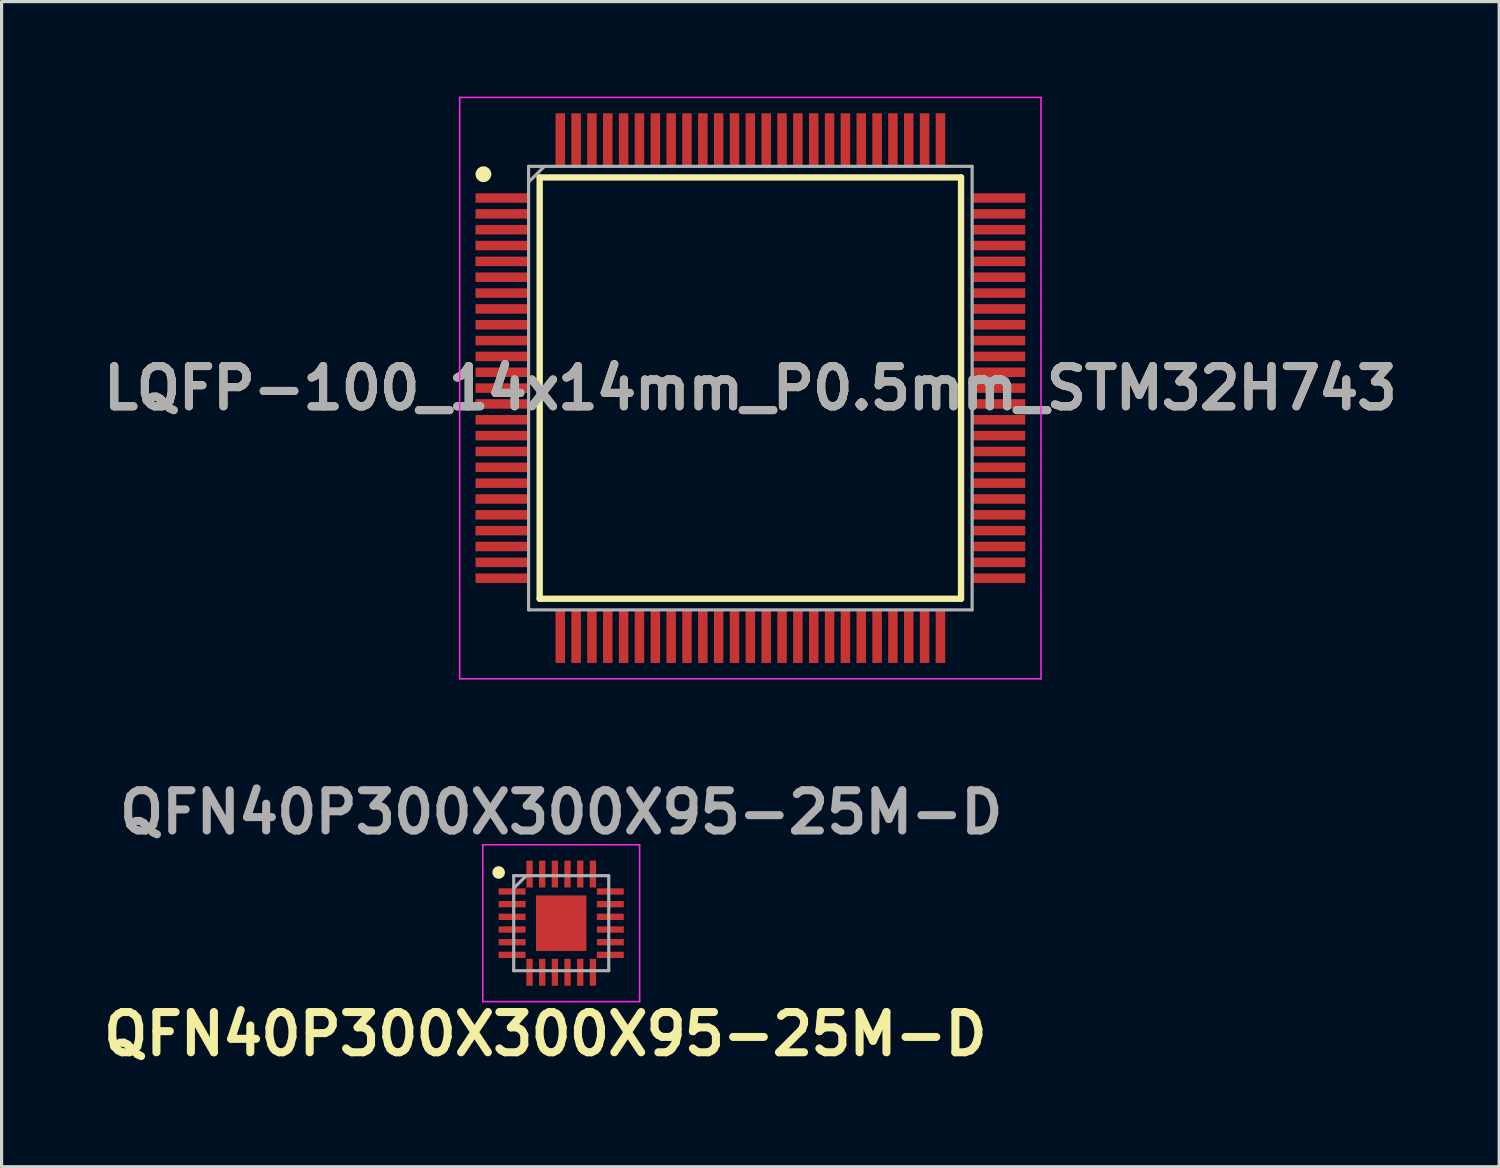
<source format=kicad_pcb>
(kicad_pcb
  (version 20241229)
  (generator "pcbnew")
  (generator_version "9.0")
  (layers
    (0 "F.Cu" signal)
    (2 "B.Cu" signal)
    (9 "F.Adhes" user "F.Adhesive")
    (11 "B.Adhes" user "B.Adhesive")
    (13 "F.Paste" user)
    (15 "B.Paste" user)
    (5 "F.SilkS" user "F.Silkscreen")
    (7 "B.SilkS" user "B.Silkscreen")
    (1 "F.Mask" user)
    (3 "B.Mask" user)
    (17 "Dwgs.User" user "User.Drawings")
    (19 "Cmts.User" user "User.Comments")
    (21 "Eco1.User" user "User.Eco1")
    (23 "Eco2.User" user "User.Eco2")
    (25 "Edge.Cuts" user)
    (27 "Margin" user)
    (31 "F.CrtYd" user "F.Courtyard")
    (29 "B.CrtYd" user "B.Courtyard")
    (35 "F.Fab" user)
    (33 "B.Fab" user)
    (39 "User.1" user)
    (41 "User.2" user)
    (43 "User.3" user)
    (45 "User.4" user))
  (footprint "QFN40P300X300X95-25M-D"
    (layer "F.Cu")
    (at 14.664 26.089)
    (property "Reference" "QFN40P300X300X95-25M-D" (at -0.5 3.5 0) (layer "F.SilkS") (effects (font (size 1.27 1.27) (thickness 0.254))))
    (attr smd)
    (fp_circle (center -1.975 -1.6) (end -1.975 -1.5) (stroke (width 0.2) (type solid)) (fill no) (layer "F.SilkS"))
    (fp_line (start -2.475 -2.475) (end 2.475 -2.475) (stroke (width 0.05) (type solid)) (layer "F.CrtYd"))
    (fp_line (start -2.475 2.475) (end -2.475 -2.475) (stroke (width 0.05) (type solid)) (layer "F.CrtYd"))
    (fp_line (start 2.475 -2.475) (end 2.475 2.475) (stroke (width 0.05) (type solid)) (layer "F.CrtYd"))
    (fp_line (start 2.475 2.475) (end -2.475 2.475) (stroke (width 0.05) (type solid)) (layer "F.CrtYd"))
    (fp_line (start -1.5 -1.5) (end 1.5 -1.5) (stroke (width 0.1) (type solid)) (layer "F.Fab"))
    (fp_line (start -1.5 -1.1) (end -1.1 -1.5) (stroke (width 0.1) (type solid)) (layer "F.Fab"))
    (fp_line (start -1.5 1.5) (end -1.5 -1.5) (stroke (width 0.1) (type solid)) (layer "F.Fab"))
    (fp_line (start 1.5 -1.5) (end 1.5 1.5) (stroke (width 0.1) (type solid)) (layer "F.Fab"))
    (fp_line (start 1.5 1.5) (end -1.5 1.5) (stroke (width 0.1) (type solid)) (layer "F.Fab"))
    (fp_text user "${REFERENCE}" (at 0 -3.5 0) (layer "F.Fab") (effects (font (size 1.27 1.27) (thickness 0.254))))
    (pad "1" smd rect (at -1.55 -1 90) (size 0.2 0.85) (layers "F.Cu" "F.Mask" "F.Paste"))
    (pad "2" smd rect (at -1.55 -0.6 90) (size 0.2 0.85) (layers "F.Cu" "F.Mask" "F.Paste"))
    (pad "3" smd rect (at -1.55 -0.2 90) (size 0.2 0.85) (layers "F.Cu" "F.Mask" "F.Paste"))
    (pad "4" smd rect (at -1.55 0.2 90) (size 0.2 0.85) (layers "F.Cu" "F.Mask" "F.Paste"))
    (pad "5" smd rect (at -1.55 0.6 90) (size 0.2 0.85) (layers "F.Cu" "F.Mask" "F.Paste"))
    (pad "6" smd rect (at -1.55 1 90) (size 0.2 0.85) (layers "F.Cu" "F.Mask" "F.Paste"))
    (pad "7" smd rect (at -1 1.55) (size 0.2 0.85) (layers "F.Cu" "F.Mask" "F.Paste"))
    (pad "8" smd rect (at -0.6 1.55) (size 0.2 0.85) (layers "F.Cu" "F.Mask" "F.Paste"))
    (pad "9" smd rect (at -0.2 1.55) (size 0.2 0.85) (layers "F.Cu" "F.Mask" "F.Paste"))
    (pad "10" smd rect (at 0.2 1.55) (size 0.2 0.85) (layers "F.Cu" "F.Mask" "F.Paste"))
    (pad "11" smd rect (at 0.6 1.55) (size 0.2 0.85) (layers "F.Cu" "F.Mask" "F.Paste"))
    (pad "12" smd rect (at 1 1.55) (size 0.2 0.85) (layers "F.Cu" "F.Mask" "F.Paste"))
    (pad "13" smd rect (at 1.55 1 90) (size 0.2 0.85) (layers "F.Cu" "F.Mask" "F.Paste"))
    (pad "14" smd rect (at 1.55 0.6 90) (size 0.2 0.85) (layers "F.Cu" "F.Mask" "F.Paste"))
    (pad "15" smd rect (at 1.55 0.2 90) (size 0.2 0.85) (layers "F.Cu" "F.Mask" "F.Paste"))
    (pad "16" smd rect (at 1.55 -0.2 90) (size 0.2 0.85) (layers "F.Cu" "F.Mask" "F.Paste"))
    (pad "17" smd rect (at 1.55 -0.6 90) (size 0.2 0.85) (layers "F.Cu" "F.Mask" "F.Paste"))
    (pad "18" smd rect (at 1.55 -1 90) (size 0.2 0.85) (layers "F.Cu" "F.Mask" "F.Paste"))
    (pad "19" smd rect (at 1 -1.55) (size 0.2 0.85) (layers "F.Cu" "F.Mask" "F.Paste"))
    (pad "20" smd rect (at 0.6 -1.55) (size 0.2 0.85) (layers "F.Cu" "F.Mask" "F.Paste"))
    (pad "21" smd rect (at 0.2 -1.55) (size 0.2 0.85) (layers "F.Cu" "F.Mask" "F.Paste"))
    (pad "22" smd rect (at -0.2 -1.55) (size 0.2 0.85) (layers "F.Cu" "F.Mask" "F.Paste"))
    (pad "23" smd rect (at -0.6 -1.55) (size 0.2 0.85) (layers "F.Cu" "F.Mask" "F.Paste"))
    (pad "24" smd rect (at -1 -1.55) (size 0.2 0.85) (layers "F.Cu" "F.Mask" "F.Paste"))
    (pad "25" smd rect (at 0 0) (size 1.59 1.75) (layers "F.Cu" "F.Mask" "F.Paste")))
  (footprint "LQFP-100_14x14mm_P0.5mm_STM32H743"
    (layer "F.Cu")
    (at 20.634 9.2)
    (property "Reference" "LQFP-100_14x14mm_P0.5mm_STM32H743" (at 0 0 0) (layer "F.SilkS") (effects (font (size 1.27 1.27) (thickness 0.254))))
    (attr smd)
    (fp_line (start -6.65 -6.65) (end 6.65 -6.65) (stroke (width 0.2) (type solid)) (layer "F.SilkS"))
    (fp_line (start -6.65 6.65) (end -6.65 -6.65) (stroke (width 0.2) (type solid)) (layer "F.SilkS"))
    (fp_line (start 6.65 -6.65) (end 6.65 6.65) (stroke (width 0.2) (type solid)) (layer "F.SilkS"))
    (fp_line (start 6.65 6.65) (end -6.65 6.65) (stroke (width 0.2) (type solid)) (layer "F.SilkS"))
    (fp_circle (center -8.425 -6.75) (end -8.425 -6.625) (stroke (width 0.25) (type solid)) (fill no) (layer "F.SilkS"))
    (fp_line (start -9.175 -9.175) (end 9.175 -9.175) (stroke (width 0.05) (type solid)) (layer "F.CrtYd"))
    (fp_line (start -9.175 9.175) (end -9.175 -9.175) (stroke (width 0.05) (type solid)) (layer "F.CrtYd"))
    (fp_line (start 9.175 -9.175) (end 9.175 9.175) (stroke (width 0.05) (type solid)) (layer "F.CrtYd"))
    (fp_line (start 9.175 9.175) (end -9.175 9.175) (stroke (width 0.05) (type solid)) (layer "F.CrtYd"))
    (fp_line (start -7 -7) (end 7 -7) (stroke (width 0.1) (type solid)) (layer "F.Fab"))
    (fp_line (start -7 -6.5) (end -6.5 -7) (stroke (width 0.1) (type solid)) (layer "F.Fab"))
    (fp_line (start -7 7) (end -7 -7) (stroke (width 0.1) (type solid)) (layer "F.Fab"))
    (fp_line (start 7 -7) (end 7 7) (stroke (width 0.1) (type solid)) (layer "F.Fab"))
    (fp_line (start 7 7) (end -7 7) (stroke (width 0.1) (type solid)) (layer "F.Fab"))
    (fp_text user "${REFERENCE}" (at 0 0 0) (layer "F.Fab") (effects (font (size 1.27 1.27) (thickness 0.254))))
    (pad "1" smd rect (at -7.838 -6 90) (size 0.3 1.675) (layers "F.Cu" "F.Mask" "F.Paste"))
    (pad "2" smd rect (at -7.838 -5.5 90) (size 0.3 1.675) (layers "F.Cu" "F.Mask" "F.Paste"))
    (pad "3" smd rect (at -7.838 -5 90) (size 0.3 1.675) (layers "F.Cu" "F.Mask" "F.Paste"))
    (pad "4" smd rect (at -7.838 -4.5 90) (size 0.3 1.675) (layers "F.Cu" "F.Mask" "F.Paste"))
    (pad "5" smd rect (at -7.838 -4 90) (size 0.3 1.675) (layers "F.Cu" "F.Mask" "F.Paste"))
    (pad "6" smd rect (at -7.838 -3.5 90) (size 0.3 1.675) (layers "F.Cu" "F.Mask" "F.Paste"))
    (pad "7" smd rect (at -7.838 -3 90) (size 0.3 1.675) (layers "F.Cu" "F.Mask" "F.Paste"))
    (pad "8" smd rect (at -7.838 -2.5 90) (size 0.3 1.675) (layers "F.Cu" "F.Mask" "F.Paste"))
    (pad "9" smd rect (at -7.838 -2 90) (size 0.3 1.675) (layers "F.Cu" "F.Mask" "F.Paste"))
    (pad "10" smd rect (at -7.838 -1.5 90) (size 0.3 1.675) (layers "F.Cu" "F.Mask" "F.Paste"))
    (pad "11" smd rect (at -7.838 -1 90) (size 0.3 1.675) (layers "F.Cu" "F.Mask" "F.Paste"))
    (pad "12" smd rect (at -7.838 -0.5 90) (size 0.3 1.675) (layers "F.Cu" "F.Mask" "F.Paste"))
    (pad "13" smd rect (at -7.838 0 90) (size 0.3 1.675) (layers "F.Cu" "F.Mask" "F.Paste"))
    (pad "14" smd rect (at -7.838 0.5 90) (size 0.3 1.675) (layers "F.Cu" "F.Mask" "F.Paste"))
    (pad "15" smd rect (at -7.838 1 90) (size 0.3 1.675) (layers "F.Cu" "F.Mask" "F.Paste"))
    (pad "16" smd rect (at -7.838 1.5 90) (size 0.3 1.675) (layers "F.Cu" "F.Mask" "F.Paste"))
    (pad "17" smd rect (at -7.838 2 90) (size 0.3 1.675) (layers "F.Cu" "F.Mask" "F.Paste"))
    (pad "18" smd rect (at -7.838 2.5 90) (size 0.3 1.675) (layers "F.Cu" "F.Mask" "F.Paste"))
    (pad "19" smd rect (at -7.838 3 90) (size 0.3 1.675) (layers "F.Cu" "F.Mask" "F.Paste"))
    (pad "20" smd rect (at -7.838 3.5 90) (size 0.3 1.675) (layers "F.Cu" "F.Mask" "F.Paste"))
    (pad "21" smd rect (at -7.838 4 90) (size 0.3 1.675) (layers "F.Cu" "F.Mask" "F.Paste"))
    (pad "22" smd rect (at -7.838 4.5 90) (size 0.3 1.675) (layers "F.Cu" "F.Mask" "F.Paste"))
    (pad "23" smd rect (at -7.838 5 90) (size 0.3 1.675) (layers "F.Cu" "F.Mask" "F.Paste"))
    (pad "24" smd rect (at -7.838 5.5 90) (size 0.3 1.675) (layers "F.Cu" "F.Mask" "F.Paste"))
    (pad "25" smd rect (at -7.838 6 90) (size 0.3 1.675) (layers "F.Cu" "F.Mask" "F.Paste"))
    (pad "26" smd rect (at -6 7.838) (size 0.3 1.675) (layers "F.Cu" "F.Mask" "F.Paste"))
    (pad "27" smd rect (at -5.5 7.838) (size 0.3 1.675) (layers "F.Cu" "F.Mask" "F.Paste"))
    (pad "28" smd rect (at -5 7.838) (size 0.3 1.675) (layers "F.Cu" "F.Mask" "F.Paste"))
    (pad "29" smd rect (at -4.5 7.838) (size 0.3 1.675) (layers "F.Cu" "F.Mask" "F.Paste"))
    (pad "30" smd rect (at -4 7.838) (size 0.3 1.675) (layers "F.Cu" "F.Mask" "F.Paste"))
    (pad "31" smd rect (at -3.5 7.838) (size 0.3 1.675) (layers "F.Cu" "F.Mask" "F.Paste"))
    (pad "32" smd rect (at -3 7.838) (size 0.3 1.675) (layers "F.Cu" "F.Mask" "F.Paste"))
    (pad "33" smd rect (at -2.5 7.838) (size 0.3 1.675) (layers "F.Cu" "F.Mask" "F.Paste"))
    (pad "34" smd rect (at -2 7.838) (size 0.3 1.675) (layers "F.Cu" "F.Mask" "F.Paste"))
    (pad "35" smd rect (at -1.5 7.838) (size 0.3 1.675) (layers "F.Cu" "F.Mask" "F.Paste"))
    (pad "36" smd rect (at -1 7.838) (size 0.3 1.675) (layers "F.Cu" "F.Mask" "F.Paste"))
    (pad "37" smd rect (at -0.5 7.838) (size 0.3 1.675) (layers "F.Cu" "F.Mask" "F.Paste"))
    (pad "38" smd rect (at 0 7.838) (size 0.3 1.675) (layers "F.Cu" "F.Mask" "F.Paste"))
    (pad "39" smd rect (at 0.5 7.838) (size 0.3 1.675) (layers "F.Cu" "F.Mask" "F.Paste"))
    (pad "40" smd rect (at 1 7.838) (size 0.3 1.675) (layers "F.Cu" "F.Mask" "F.Paste"))
    (pad "41" smd rect (at 1.5 7.838) (size 0.3 1.675) (layers "F.Cu" "F.Mask" "F.Paste"))
    (pad "42" smd rect (at 2 7.838) (size 0.3 1.675) (layers "F.Cu" "F.Mask" "F.Paste"))
    (pad "43" smd rect (at 2.5 7.838) (size 0.3 1.675) (layers "F.Cu" "F.Mask" "F.Paste"))
    (pad "44" smd rect (at 3 7.838) (size 0.3 1.675) (layers "F.Cu" "F.Mask" "F.Paste"))
    (pad "45" smd rect (at 3.5 7.838) (size 0.3 1.675) (layers "F.Cu" "F.Mask" "F.Paste"))
    (pad "46" smd rect (at 4 7.838) (size 0.3 1.675) (layers "F.Cu" "F.Mask" "F.Paste"))
    (pad "47" smd rect (at 4.5 7.838) (size 0.3 1.675) (layers "F.Cu" "F.Mask" "F.Paste"))
    (pad "48" smd rect (at 5 7.838) (size 0.3 1.675) (layers "F.Cu" "F.Mask" "F.Paste"))
    (pad "49" smd rect (at 5.5 7.838) (size 0.3 1.675) (layers "F.Cu" "F.Mask" "F.Paste"))
    (pad "50" smd rect (at 6 7.838) (size 0.3 1.675) (layers "F.Cu" "F.Mask" "F.Paste"))
    (pad "51" smd rect (at 7.838 6 90) (size 0.3 1.675) (layers "F.Cu" "F.Mask" "F.Paste"))
    (pad "52" smd rect (at 7.838 5.5 90) (size 0.3 1.675) (layers "F.Cu" "F.Mask" "F.Paste"))
    (pad "53" smd rect (at 7.838 5 90) (size 0.3 1.675) (layers "F.Cu" "F.Mask" "F.Paste"))
    (pad "54" smd rect (at 7.838 4.5 90) (size 0.3 1.675) (layers "F.Cu" "F.Mask" "F.Paste"))
    (pad "55" smd rect (at 7.838 4 90) (size 0.3 1.675) (layers "F.Cu" "F.Mask" "F.Paste"))
    (pad "56" smd rect (at 7.838 3.5 90) (size 0.3 1.675) (layers "F.Cu" "F.Mask" "F.Paste"))
    (pad "57" smd rect (at 7.838 3 90) (size 0.3 1.675) (layers "F.Cu" "F.Mask" "F.Paste"))
    (pad "58" smd rect (at 7.838 2.5 90) (size 0.3 1.675) (layers "F.Cu" "F.Mask" "F.Paste"))
    (pad "59" smd rect (at 7.838 2 90) (size 0.3 1.675) (layers "F.Cu" "F.Mask" "F.Paste"))
    (pad "60" smd rect (at 7.838 1.5 90) (size 0.3 1.675) (layers "F.Cu" "F.Mask" "F.Paste"))
    (pad "61" smd rect (at 7.838 1 90) (size 0.3 1.675) (layers "F.Cu" "F.Mask" "F.Paste"))
    (pad "62" smd rect (at 7.838 0.5 90) (size 0.3 1.675) (layers "F.Cu" "F.Mask" "F.Paste"))
    (pad "63" smd rect (at 7.838 0 90) (size 0.3 1.675) (layers "F.Cu" "F.Mask" "F.Paste"))
    (pad "64" smd rect (at 7.838 -0.5 90) (size 0.3 1.675) (layers "F.Cu" "F.Mask" "F.Paste"))
    (pad "65" smd rect (at 7.838 -1 90) (size 0.3 1.675) (layers "F.Cu" "F.Mask" "F.Paste"))
    (pad "66" smd rect (at 7.838 -1.5 90) (size 0.3 1.675) (layers "F.Cu" "F.Mask" "F.Paste"))
    (pad "67" smd rect (at 7.838 -2 90) (size 0.3 1.675) (layers "F.Cu" "F.Mask" "F.Paste"))
    (pad "68" smd rect (at 7.838 -2.5 90) (size 0.3 1.675) (layers "F.Cu" "F.Mask" "F.Paste"))
    (pad "69" smd rect (at 7.838 -3 90) (size 0.3 1.675) (layers "F.Cu" "F.Mask" "F.Paste"))
    (pad "70" smd rect (at 7.838 -3.5 90) (size 0.3 1.675) (layers "F.Cu" "F.Mask" "F.Paste"))
    (pad "71" smd rect (at 7.838 -4 90) (size 0.3 1.675) (layers "F.Cu" "F.Mask" "F.Paste"))
    (pad "72" smd rect (at 7.838 -4.5 90) (size 0.3 1.675) (layers "F.Cu" "F.Mask" "F.Paste"))
    (pad "73" smd rect (at 7.838 -5 90) (size 0.3 1.675) (layers "F.Cu" "F.Mask" "F.Paste"))
    (pad "74" smd rect (at 7.838 -5.5 90) (size 0.3 1.675) (layers "F.Cu" "F.Mask" "F.Paste"))
    (pad "75" smd rect (at 7.838 -6 90) (size 0.3 1.675) (layers "F.Cu" "F.Mask" "F.Paste"))
    (pad "76" smd rect (at 6 -7.838) (size 0.3 1.675) (layers "F.Cu" "F.Mask" "F.Paste"))
    (pad "77" smd rect (at 5.5 -7.838) (size 0.3 1.675) (layers "F.Cu" "F.Mask" "F.Paste"))
    (pad "78" smd rect (at 5 -7.838) (size 0.3 1.675) (layers "F.Cu" "F.Mask" "F.Paste"))
    (pad "79" smd rect (at 4.5 -7.838) (size 0.3 1.675) (layers "F.Cu" "F.Mask" "F.Paste"))
    (pad "80" smd rect (at 4 -7.838) (size 0.3 1.675) (layers "F.Cu" "F.Mask" "F.Paste"))
    (pad "81" smd rect (at 3.5 -7.838) (size 0.3 1.675) (layers "F.Cu" "F.Mask" "F.Paste"))
    (pad "82" smd rect (at 3 -7.838) (size 0.3 1.675) (layers "F.Cu" "F.Mask" "F.Paste"))
    (pad "83" smd rect (at 2.5 -7.838) (size 0.3 1.675) (layers "F.Cu" "F.Mask" "F.Paste"))
    (pad "84" smd rect (at 2 -7.838) (size 0.3 1.675) (layers "F.Cu" "F.Mask" "F.Paste"))
    (pad "85" smd rect (at 1.5 -7.838) (size 0.3 1.675) (layers "F.Cu" "F.Mask" "F.Paste"))
    (pad "86" smd rect (at 1 -7.838) (size 0.3 1.675) (layers "F.Cu" "F.Mask" "F.Paste"))
    (pad "87" smd rect (at 0.5 -7.838) (size 0.3 1.675) (layers "F.Cu" "F.Mask" "F.Paste"))
    (pad "88" smd rect (at 0 -7.838) (size 0.3 1.675) (layers "F.Cu" "F.Mask" "F.Paste"))
    (pad "89" smd rect (at -0.5 -7.838) (size 0.3 1.675) (layers "F.Cu" "F.Mask" "F.Paste"))
    (pad "90" smd rect (at -1 -7.838) (size 0.3 1.675) (layers "F.Cu" "F.Mask" "F.Paste"))
    (pad "91" smd rect (at -1.5 -7.838) (size 0.3 1.675) (layers "F.Cu" "F.Mask" "F.Paste"))
    (pad "92" smd rect (at -2 -7.838) (size 0.3 1.675) (layers "F.Cu" "F.Mask" "F.Paste"))
    (pad "93" smd rect (at -2.5 -7.838) (size 0.3 1.675) (layers "F.Cu" "F.Mask" "F.Paste"))
    (pad "94" smd rect (at -3 -7.838) (size 0.3 1.675) (layers "F.Cu" "F.Mask" "F.Paste"))
    (pad "95" smd rect (at -3.5 -7.838) (size 0.3 1.675) (layers "F.Cu" "F.Mask" "F.Paste"))
    (pad "96" smd rect (at -4 -7.838) (size 0.3 1.675) (layers "F.Cu" "F.Mask" "F.Paste"))
    (pad "97" smd rect (at -4.5 -7.838) (size 0.3 1.675) (layers "F.Cu" "F.Mask" "F.Paste"))
    (pad "98" smd rect (at -5 -7.838) (size 0.3 1.675) (layers "F.Cu" "F.Mask" "F.Paste"))
    (pad "99" smd rect (at -5.5 -7.838) (size 0.3 1.675) (layers "F.Cu" "F.Mask" "F.Paste"))
    (pad "100" smd rect (at -6 -7.838) (size 0.3 1.675) (layers "F.Cu" "F.Mask" "F.Paste")))
  (gr_rect
    (start -3 -3)
    (end 44.269 33.777)
    (stroke (width 0.1) (type default))
    (fill no)
    (layer "Edge.Cuts")))
</source>
